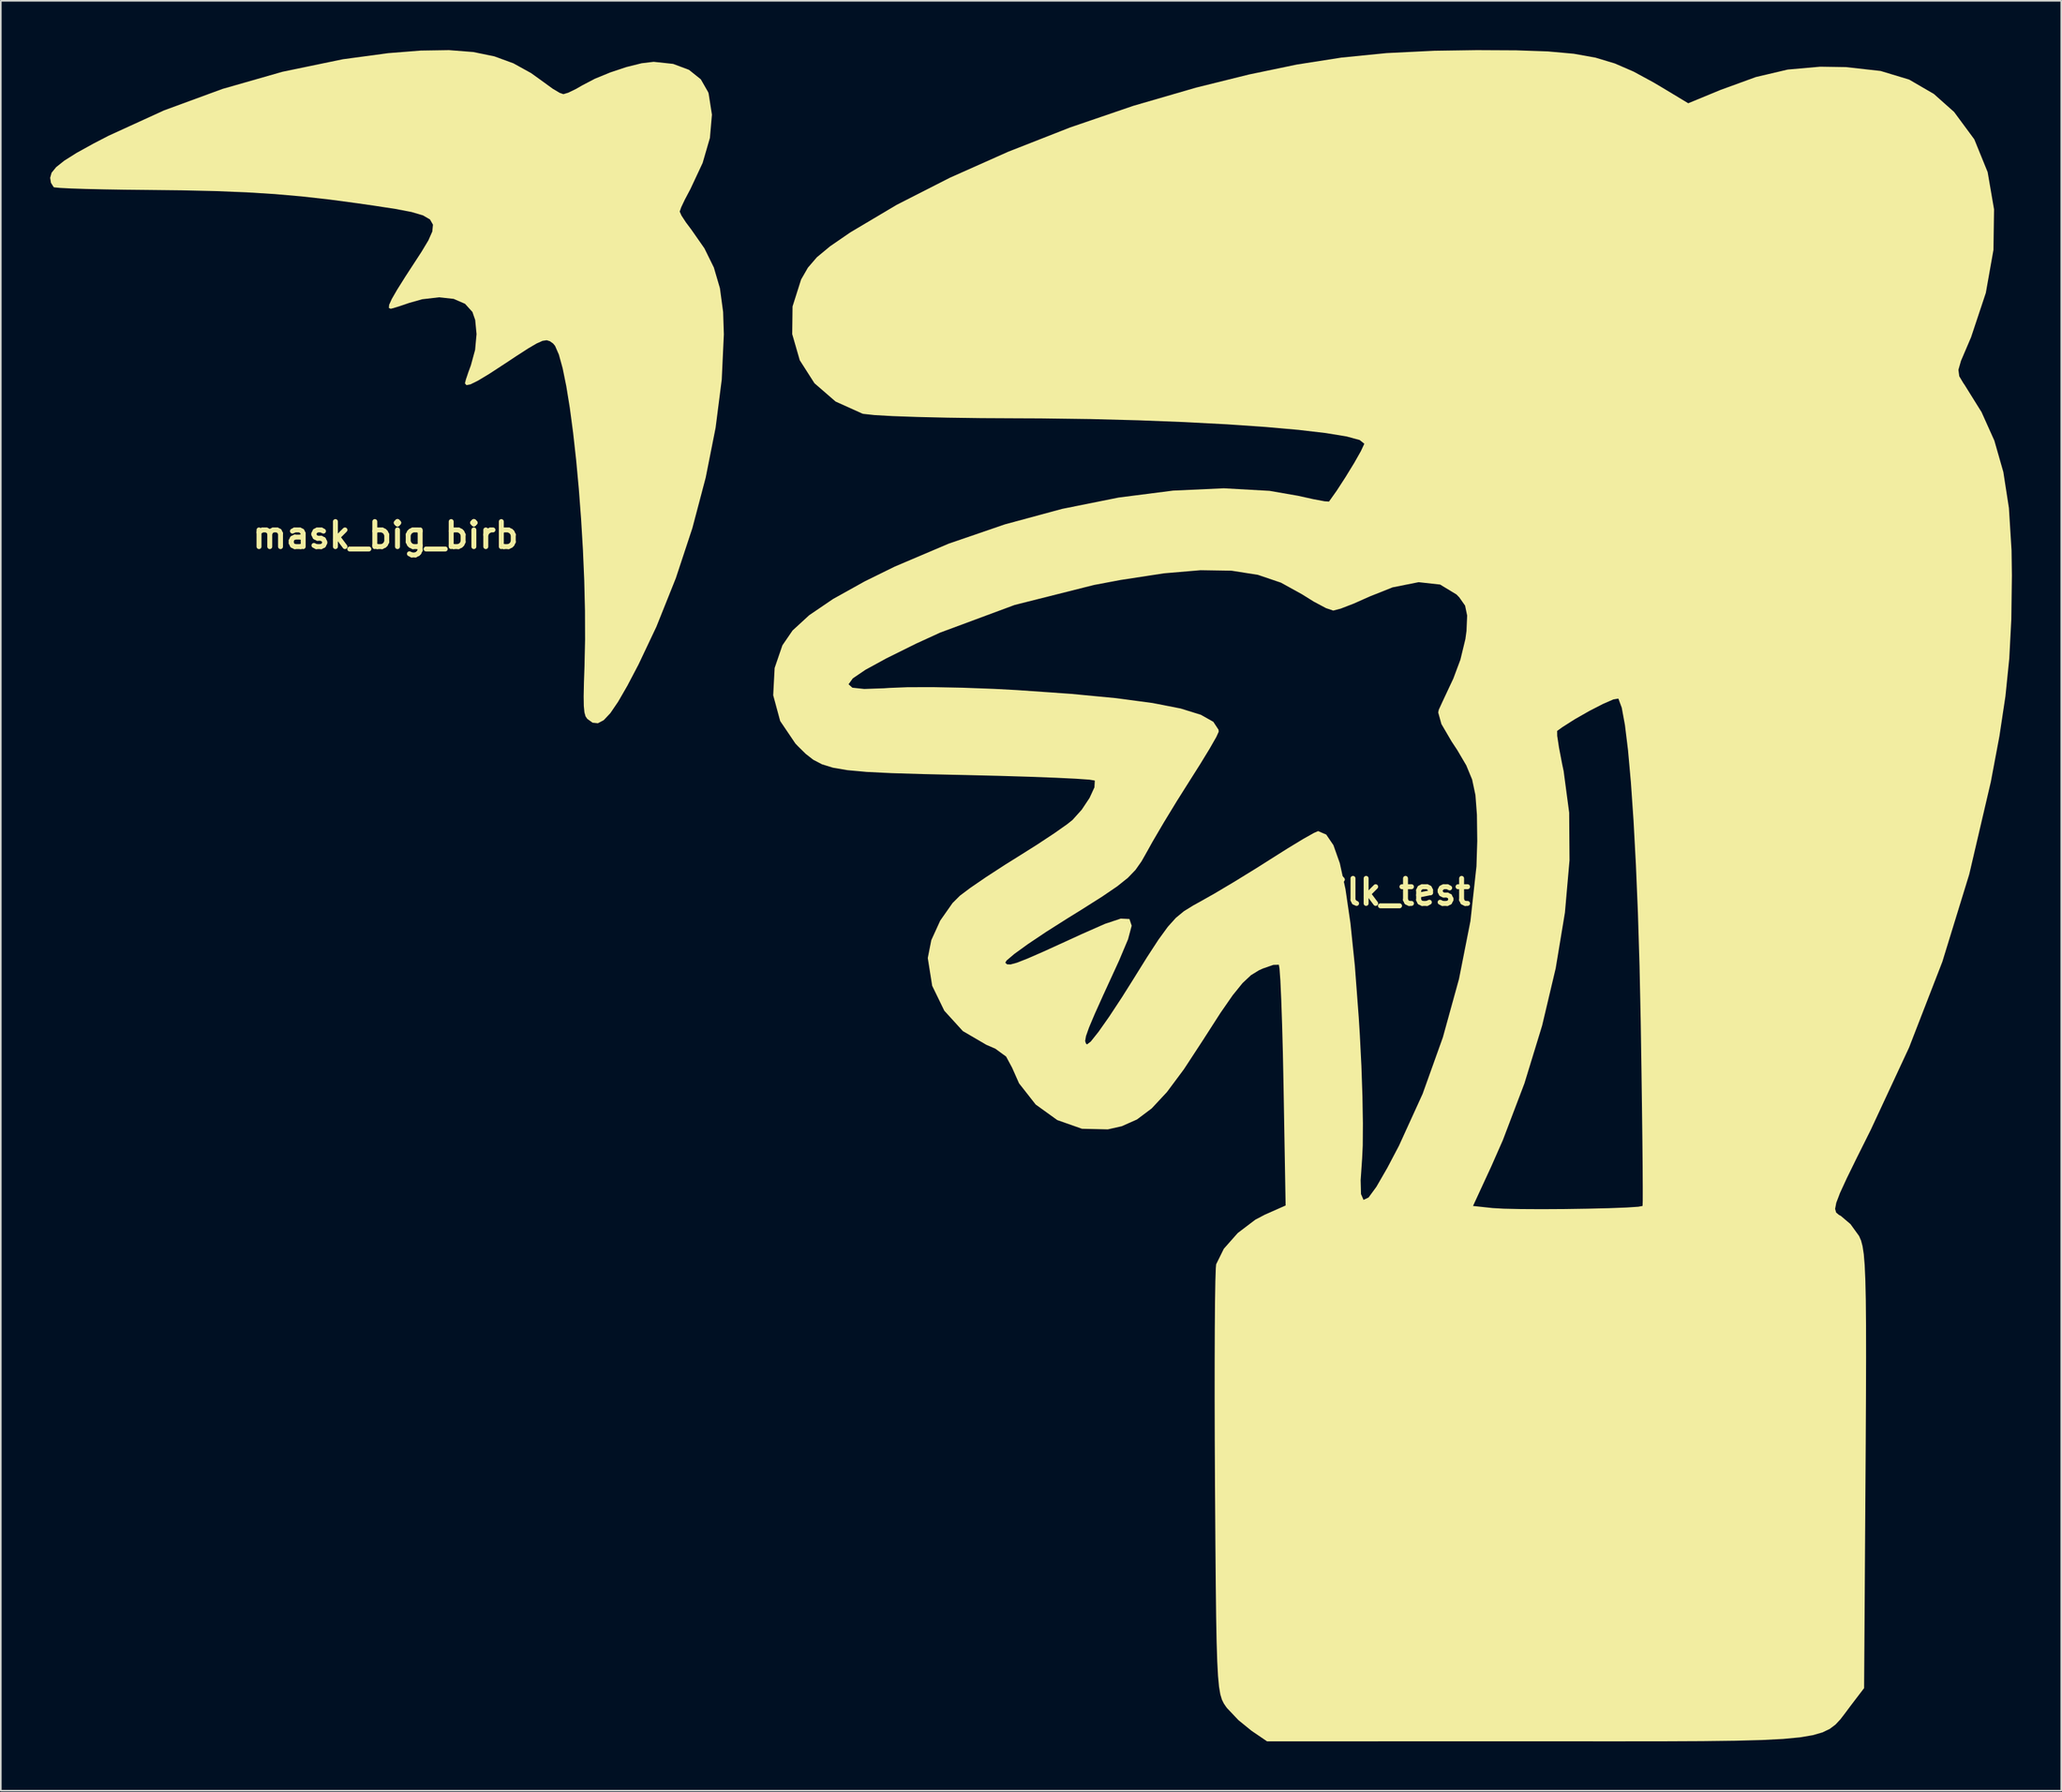
<source format=kicad_pcb>
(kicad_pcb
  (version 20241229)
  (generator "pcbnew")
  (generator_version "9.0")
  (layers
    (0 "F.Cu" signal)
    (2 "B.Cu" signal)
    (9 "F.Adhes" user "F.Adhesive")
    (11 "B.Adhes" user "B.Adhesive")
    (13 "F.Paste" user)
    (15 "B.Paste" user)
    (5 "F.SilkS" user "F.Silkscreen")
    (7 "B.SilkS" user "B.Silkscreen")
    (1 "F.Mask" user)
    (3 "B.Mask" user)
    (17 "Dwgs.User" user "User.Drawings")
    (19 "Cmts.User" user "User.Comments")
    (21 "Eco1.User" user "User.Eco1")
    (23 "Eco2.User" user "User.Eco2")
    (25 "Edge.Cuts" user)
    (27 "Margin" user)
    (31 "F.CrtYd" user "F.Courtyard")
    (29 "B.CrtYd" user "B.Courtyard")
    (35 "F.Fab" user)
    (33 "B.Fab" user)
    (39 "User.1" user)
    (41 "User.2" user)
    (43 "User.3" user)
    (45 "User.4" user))
  (footprint "silk_test"
    (layer "F.Cu")
    (at 81.61 51.212)
    (property "Reference" "silk_test" (at 0 0 0) (layer "F.SilkS") (effects (font (size 1.524 1.524) (thickness 0.3))))
    (attr board_only exclude_from_pos_files exclude_from_bom)
    (fp_poly (pts (xy 7.529 -51.2) (xy 9.458 -51.134) (xy 11.029 -50.993) (xy 12.35 -50.756) (xy 13.526 -50.401) (xy 14.664 -49.908) (xy 15.87 -49.253) (xy 16.379 -48.952) (xy 17.989 -47.982) (xy 19.959 -48.795) (xy 22.1 -49.575) (xy 24.039 -50.031) (xy 26.014 -50.205) (xy 27.577 -50.181) (xy 29.689 -49.945) (xy 31.423 -49.42) (xy 32.922 -48.548) (xy 34.154 -47.452) (xy 35.383 -45.787) (xy 36.194 -43.793) (xy 36.583 -41.53) (xy 36.547 -39.061) (xy 36.083 -36.447) (xy 35.186 -33.75) (xy 34.949 -33.195) (xy 34.572 -32.311) (xy 34.416 -31.765) (xy 34.469 -31.375) (xy 34.717 -30.958) (xy 34.784 -30.863) (xy 35.823 -29.195) (xy 36.602 -27.461) (xy 37.148 -25.552) (xy 37.487 -23.362) (xy 37.647 -20.782) (xy 37.668 -19.257) (xy 37.633 -16.592) (xy 37.509 -14.214) (xy 37.276 -11.916) (xy 36.911 -9.492) (xy 36.393 -6.734) (xy 36.385 -6.693) (xy 35.076 -1.086) (xy 33.44 4.236) (xy 31.416 9.455) (xy 29.087 14.461) (xy 28.242 16.154) (xy 27.627 17.41) (xy 27.218 18.299) (xy 26.991 18.894) (xy 26.919 19.266) (xy 26.979 19.488) (xy 27.146 19.631) (xy 27.275 19.703) (xy 27.853 20.194) (xy 28.37 20.909) (xy 28.386 20.939) (xy 28.497 21.195) (xy 28.588 21.539) (xy 28.661 22.022) (xy 28.717 22.695) (xy 28.758 23.608) (xy 28.785 24.813) (xy 28.799 26.361) (xy 28.802 28.303) (xy 28.795 30.689) (xy 28.78 33.57) (xy 28.77 35.126) (xy 28.682 48.419) (xy 27.864 49.491) (xy 27.533 49.936) (xy 27.242 50.316) (xy 26.944 50.635) (xy 26.594 50.899) (xy 26.147 51.114) (xy 25.557 51.283) (xy 24.777 51.414) (xy 23.764 51.51) (xy 22.47 51.576) (xy 20.85 51.619) (xy 18.859 51.643) (xy 16.451 51.654) (xy 13.58 51.656) (xy 10.201 51.655) (xy 8.818 51.655) (xy -7.621 51.656) (xy -8.565 51.014) (xy -9.366 50.362) (xy -10.055 49.632) (xy -10.105 49.567) (xy -10.247 49.359) (xy -10.365 49.12) (xy -10.462 48.796) (xy -10.54 48.336) (xy -10.601 47.686) (xy -10.649 46.795) (xy -10.687 45.609) (xy -10.716 44.076) (xy -10.739 42.144) (xy -10.76 39.761) (xy -10.78 36.873) (xy -10.786 36.01) (xy -10.8 33.347) (xy -10.806 30.845) (xy -10.805 28.564) (xy -10.798 26.567) (xy -10.784 24.913) (xy -10.763 23.664) (xy -10.737 22.881) (xy -10.715 22.639) (xy -10.25 21.697) (xy -9.404 20.739) (xy -8.335 19.927) (xy -7.75 19.619) (xy -6.556 19.091) (xy 4.903 19.091) (xy 6.09 19.218) (xy 6.766 19.257) (xy 7.801 19.279) (xy 9.077 19.286) (xy 10.476 19.278) (xy 11.881 19.257) (xy 13.174 19.226) (xy 14.239 19.185) (xy 14.958 19.138) (xy 15.212 19.089) (xy 15.222 18.789) (xy 15.223 17.98) (xy 15.216 16.724) (xy 15.2 15.084) (xy 15.176 13.121) (xy 15.146 10.897) (xy 15.109 8.474) (xy 15.099 7.848) (xy 15.027 4.465) (xy 14.929 1.274) (xy 14.806 -1.678) (xy 14.663 -4.345) (xy 14.502 -6.679) (xy 14.327 -8.633) (xy 14.14 -10.161) (xy 13.946 -11.216) (xy 13.748 -11.751) (xy 13.731 -11.77) (xy 13.432 -11.718) (xy 12.796 -11.44) (xy 11.969 -11.014) (xy 11.097 -10.517) (xy 10.327 -10.027) (xy 10.018 -9.802) (xy 10.022 -9.503) (xy 10.132 -8.782) (xy 10.326 -7.773) (xy 10.414 -7.354) (xy 10.749 -4.833) (xy 10.77 -1.936) (xy 10.491 1.248) (xy 9.931 4.631) (xy 9.104 8.125) (xy 8.028 11.639) (xy 6.718 15.086) (xy 6.009 16.696) (xy 4.903 19.091) (xy -6.556 19.091) (xy -6.492 19.063) (xy -6.617 11.821) (xy -6.657 9.844) (xy -6.705 8.061) (xy -6.757 6.549) (xy -6.81 5.385) (xy -6.863 4.649) (xy -6.903 4.418) (xy -7.236 4.427) (xy -7.872 4.648) (xy -8.112 4.756) (xy -8.601 5.057) (xy -9.111 5.536) (xy -9.706 6.271) (xy -10.449 7.343) (xy -11.404 8.829) (xy -11.471 8.935) (xy -12.674 10.775) (xy -13.707 12.163) (xy -14.636 13.16) (xy -15.531 13.832) (xy -16.458 14.243) (xy -17.302 14.433) (xy -18.874 14.396) (xy -20.376 13.867) (xy -21.69 12.92) (xy -22.699 11.633) (xy -23.126 10.673) (xy -23.487 10.003) (xy -24.145 9.524) (xy -24.684 9.291) (xy -26.117 8.454) (xy -27.244 7.216) (xy -27.981 5.7) (xy -28.246 4.031) (xy -28.246 3.996) (xy -28.035 2.925) (xy -27.494 1.737) (xy -26.744 0.666) (xy -26.292 0.216) (xy -25.665 -0.255) (xy -24.7 -0.916) (xy -23.546 -1.666) (xy -22.755 -2.16) (xy -21.595 -2.891) (xy -20.555 -3.578) (xy -19.772 -4.13) (xy -19.451 -4.386) (xy -18.889 -5.01) (xy -18.413 -5.727) (xy -18.116 -6.37) (xy -18.093 -6.769) (xy -18.109 -6.788) (xy -18.428 -6.839) (xy -19.243 -6.895) (xy -20.477 -6.955) (xy -22.057 -7.015) (xy -23.905 -7.07) (xy -25.948 -7.12) (xy -26.049 -7.122) (xy -28.497 -7.177) (xy -30.445 -7.235) (xy -31.966 -7.31) (xy -33.132 -7.416) (xy -34.014 -7.566) (xy -34.685 -7.774) (xy -35.216 -8.052) (xy -35.678 -8.414) (xy -36.144 -8.874) (xy -36.298 -9.036) (xy -37.223 -10.405) (xy -37.648 -11.972) (xy -37.613 -12.641) (xy -33.067 -12.641) (xy -32.833 -12.432) (xy -32.113 -12.355) (xy -30.918 -12.396) (xy -30.608 -12.418) (xy -29.479 -12.462) (xy -27.935 -12.466) (xy -26.129 -12.431) (xy -24.216 -12.36) (xy -22.831 -12.287) (xy -19.538 -12.057) (xy -16.794 -11.796) (xy -14.578 -11.5) (xy -12.868 -11.165) (xy -11.645 -10.785) (xy -10.886 -10.357) (xy -10.571 -9.877) (xy -10.56 -9.754) (xy -10.706 -9.433) (xy -11.101 -8.741) (xy -11.684 -7.785) (xy -12.289 -6.829) (xy -13.107 -5.532) (xy -13.911 -4.211) (xy -14.587 -3.057) (xy -14.896 -2.5) (xy -15.253 -1.869) (xy -15.619 -1.349) (xy -16.082 -0.868) (xy -16.729 -0.351) (xy -17.647 0.275) (xy -18.923 1.083) (xy -19.735 1.586) (xy -21.051 2.42) (xy -22.162 3.165) (xy -22.991 3.765) (xy -23.461 4.166) (xy -23.535 4.298) (xy -23.427 4.394) (xy -23.215 4.402) (xy -22.826 4.295) (xy -22.184 4.043) (xy -21.216 3.62) (xy -19.847 2.996) (xy -18.896 2.559) (xy -17.473 1.931) (xy -16.516 1.612) (xy -15.988 1.637) (xy -15.851 2.044) (xy -16.071 2.869) (xy -16.61 4.149) (xy -16.828 4.626) (xy -17.573 6.248) (xy -18.103 7.428) (xy -18.446 8.24) (xy -18.629 8.758) (xy -18.681 9.058) (xy -18.63 9.214) (xy -18.567 9.265) (xy -18.338 9.09) (xy -17.87 8.502) (xy -17.22 7.579) (xy -16.442 6.397) (xy -15.856 5.466) (xy -14.927 3.974) (xy -14.218 2.886) (xy -13.655 2.112) (xy -13.165 1.567) (xy -12.674 1.162) (xy -12.108 0.812) (xy -11.77 0.626) (xy -10.819 0.09) (xy -9.581 -0.647) (xy -8.247 -1.469) (xy -7.441 -1.98) (xy -6.342 -2.674) (xy -5.416 -3.235) (xy -4.768 -3.6) (xy -4.515 -3.71) (xy -4.023 -3.5) (xy -3.585 -2.856) (xy -3.196 -1.757) (xy -2.852 -0.18) (xy -2.549 1.895) (xy -2.281 4.491) (xy -2.045 7.628) (xy -1.978 8.704) (xy -1.883 10.576) (xy -1.82 12.409) (xy -1.792 14.067) (xy -1.801 15.41) (xy -1.839 16.203) (xy -1.929 17.528) (xy -1.907 18.37) (xy -1.754 18.722) (xy -1.449 18.577) (xy -0.973 17.928) (xy -0.305 16.769) (xy 0.399 15.431) (xy 1.839 12.272) (xy 3.069 8.838) (xy 4.051 5.283) (xy 4.746 1.762) (xy 5.112 -1.57) (xy 5.16 -3.101) (xy 5.14 -4.705) (xy 5.05 -5.9) (xy 4.849 -6.847) (xy 4.493 -7.708) (xy 3.943 -8.643) (xy 3.596 -9.169) (xy 2.981 -10.222) (xy 2.786 -10.927) (xy 2.822 -11.094) (xy 3.058 -11.607) (xy 3.437 -12.417) (xy 3.705 -12.985) (xy 4.135 -14.135) (xy 4.44 -15.393) (xy 4.507 -15.89) (xy 4.546 -16.823) (xy 4.421 -17.425) (xy 4.067 -17.928) (xy 3.899 -18.102) (xy 2.902 -18.706) (xy 1.596 -18.85) (xy 0.012 -18.535) (xy -1.381 -17.98) (xy -2.344 -17.55) (xy -3.139 -17.243) (xy -3.594 -17.124) (xy -3.597 -17.124) (xy -4.037 -17.273) (xy -4.771 -17.663) (xy -5.5 -18.117) (xy -6.775 -18.821) (xy -8.178 -19.297) (xy -9.783 -19.549) (xy -11.662 -19.578) (xy -13.887 -19.389) (xy -16.53 -18.984) (xy -18.151 -18.678) (xy -22.969 -17.464) (xy -27.499 -15.782) (xy -28.967 -15.109) (xy -30.766 -14.217) (xy -32.043 -13.519) (xy -32.807 -12.999) (xy -33.067 -12.641) (xy -37.613 -12.641) (xy -37.56 -13.633) (xy -37.088 -15.011) (xy -36.47 -15.913) (xy -35.457 -16.843) (xy -34.007 -17.829) (xy -32.078 -18.903) (xy -30.252 -19.801) (xy -26.98 -21.193) (xy -23.561 -22.367) (xy -20.086 -23.307) (xy -16.648 -23.997) (xy -13.337 -24.421) (xy -10.247 -24.562) (xy -7.468 -24.406) (xy -5.738 -24.105) (xy -4.803 -23.898) (xy -4.124 -23.771) (xy -3.854 -23.753) (xy -3.383 -24.418) (xy -2.842 -25.253) (xy -2.322 -26.103) (xy -1.917 -26.817) (xy -1.719 -27.241) (xy -1.712 -27.278) (xy -1.989 -27.498) (xy -2.783 -27.713) (xy -4.041 -27.92) (xy -5.71 -28.115) (xy -7.737 -28.294) (xy -10.068 -28.453) (xy -12.65 -28.588) (xy -15.429 -28.696) (xy -18.353 -28.772) (xy -21.368 -28.812) (xy -22.833 -28.818) (xy -25.018 -28.829) (xy -27.059 -28.857) (xy -28.874 -28.899) (xy -30.382 -28.952) (xy -31.5 -29.016) (xy -32.148 -29.086) (xy -32.222 -29.102) (xy -33.855 -29.838) (xy -35.14 -30.952) (xy -36.033 -32.35) (xy -36.491 -33.939) (xy -36.471 -35.622) (xy -35.951 -37.262) (xy -35.537 -37.981) (xy -34.992 -38.615) (xy -34.194 -39.277) (xy -33.022 -40.084) (xy -32.914 -40.154) (xy -30.136 -41.805) (xy -26.91 -43.449) (xy -23.355 -45.034) (xy -19.594 -46.51) (xy -15.747 -47.826) (xy -11.935 -48.933) (xy -11.928 -48.935) (xy -8.693 -49.736) (xy -5.806 -50.336) (xy -3.087 -50.761) (xy -0.36 -51.032) (xy 2.555 -51.175) (xy 5.137 -51.212)) (stroke (width 0) (type solid)) (fill yes) (layer "F.SilkS")))
  (footprint "mask_big_birb"
    (layer "F.Cu")
    (at 20.392 29.509)
    (property "Reference" "mask_big_birb" (at 0 0 0) (layer "F.SilkS") (effects (font (size 1.524 1.524) (thickness 0.3))))
    (attr board_only exclude_from_pos_files exclude_from_bom)
    (fp_poly (pts (xy 5.329 -29.395) (xy 6.618 -29.131) (xy 7.774 -28.707) (xy 8.848 -28.114) (xy 9.655 -27.533) (xy 10.162 -27.164) (xy 10.589 -26.91) (xy 10.814 -26.831) (xy 11.11 -26.92) (xy 11.581 -27.149) (xy 11.937 -27.355) (xy 12.725 -27.768) (xy 13.67 -28.156) (xy 14.655 -28.483) (xy 15.567 -28.71) (xy 16.287 -28.797) (xy 16.309 -28.798) (xy 17.486 -28.672) (xy 18.451 -28.311) (xy 19.171 -27.732) (xy 19.616 -26.954) (xy 19.645 -26.866) (xy 19.845 -25.584) (xy 19.723 -24.173) (xy 19.281 -22.65) (xy 18.525 -21.033) (xy 18.5 -20.989) (xy 18.195 -20.413) (xy 17.975 -19.947) (xy 17.887 -19.691) (xy 17.887 -19.686) (xy 17.991 -19.45) (xy 18.262 -19.035) (xy 18.589 -18.599) (xy 19.39 -17.451) (xy 19.962 -16.288) (xy 20.332 -15.026) (xy 20.526 -13.583) (xy 20.57 -12.221) (xy 20.442 -9.468) (xy 20.068 -6.54) (xy 19.466 -3.506) (xy 18.655 -0.433) (xy 17.65 2.61) (xy 16.471 5.556) (xy 15.384 7.854) (xy 14.707 9.144) (xy 14.142 10.124) (xy 13.669 10.818) (xy 13.266 11.246) (xy 12.912 11.433) (xy 12.587 11.4) (xy 12.268 11.169) (xy 12.267 11.168) (xy 12.163 11.018) (xy 12.093 10.775) (xy 12.055 10.386) (xy 12.046 9.796) (xy 12.063 8.949) (xy 12.096 7.993) (xy 12.132 6.353) (xy 12.126 4.597) (xy 12.082 2.763) (xy 12.002 0.889) (xy 11.89 -0.986) (xy 11.751 -2.825) (xy 11.588 -4.591) (xy 11.404 -6.245) (xy 11.204 -7.75) (xy 10.99 -9.068) (xy 10.768 -10.161) (xy 10.539 -10.991) (xy 10.308 -11.52) (xy 10.19 -11.663) (xy 9.996 -11.803) (xy 9.799 -11.865) (xy 9.547 -11.827) (xy 9.191 -11.669) (xy 8.679 -11.369) (xy 7.96 -10.905) (xy 7.246 -10.432) (xy 6.31 -9.821) (xy 5.63 -9.411) (xy 5.177 -9.186) (xy 4.92 -9.132) (xy 4.831 -9.234) (xy 4.83 -9.257) (xy 4.889 -9.486) (xy 5.041 -9.936) (xy 5.187 -10.332) (xy 5.445 -11.276) (xy 5.533 -12.237) (xy 5.451 -13.096) (xy 5.282 -13.584) (xy 4.834 -14.08) (xy 4.138 -14.38) (xy 3.251 -14.475) (xy 2.23 -14.357) (xy 1.431 -14.131) (xy 0.878 -13.943) (xy 0.465 -13.815) (xy 0.313 -13.779) (xy 0.202 -13.829) (xy 0.219 -14.017) (xy 0.381 -14.376) (xy 0.706 -14.939) (xy 1.209 -15.74) (xy 1.63 -16.387) (xy 2.193 -17.252) (xy 2.605 -17.94) (xy 2.843 -18.478) (xy 2.883 -18.893) (xy 2.702 -19.21) (xy 2.276 -19.458) (xy 1.582 -19.663) (xy 0.596 -19.851) (xy -0.704 -20.05) (xy -1.712 -20.195) (xy -3.434 -20.425) (xy -5.083 -20.61) (xy -6.731 -20.754) (xy -8.452 -20.861) (xy -10.319 -20.936) (xy -12.405 -20.983) (xy -14.499 -21.006) (xy -15.869 -21.02) (xy -17.127 -21.04) (xy -18.227 -21.066) (xy -19.125 -21.095) (xy -19.774 -21.128) (xy -20.129 -21.162) (xy -20.178 -21.175) (xy -20.344 -21.44) (xy -20.392 -21.743) (xy -20.306 -22.051) (xy -20.028 -22.393) (xy -19.529 -22.79) (xy -18.779 -23.262) (xy -17.748 -23.832) (xy -16.834 -24.305) (xy -13.465 -25.846) (xy -9.911 -27.151) (xy -6.258 -28.196) (xy -2.592 -28.955) (xy 0.153 -29.325) (xy 2.147 -29.483) (xy 3.855 -29.509)) (stroke (width 0) (type solid)) (fill yes) (layer "F.SilkS")))
  (gr_rect
    (start -3 -3)
    (end 122.278 105.868)
    (stroke (width 0.1) (type default))
    (fill no)
    (layer "Edge.Cuts")))
</source>
